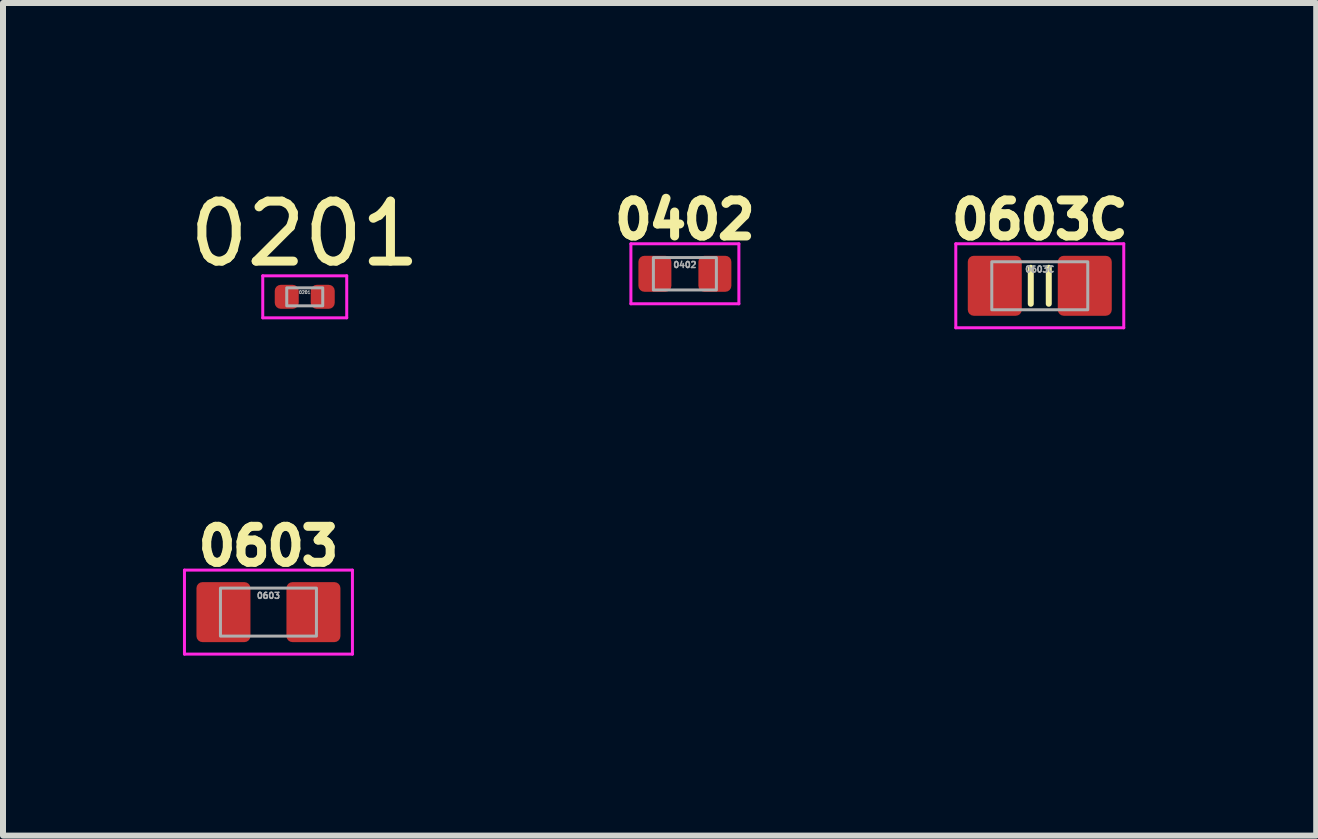
<source format=kicad_pcb>
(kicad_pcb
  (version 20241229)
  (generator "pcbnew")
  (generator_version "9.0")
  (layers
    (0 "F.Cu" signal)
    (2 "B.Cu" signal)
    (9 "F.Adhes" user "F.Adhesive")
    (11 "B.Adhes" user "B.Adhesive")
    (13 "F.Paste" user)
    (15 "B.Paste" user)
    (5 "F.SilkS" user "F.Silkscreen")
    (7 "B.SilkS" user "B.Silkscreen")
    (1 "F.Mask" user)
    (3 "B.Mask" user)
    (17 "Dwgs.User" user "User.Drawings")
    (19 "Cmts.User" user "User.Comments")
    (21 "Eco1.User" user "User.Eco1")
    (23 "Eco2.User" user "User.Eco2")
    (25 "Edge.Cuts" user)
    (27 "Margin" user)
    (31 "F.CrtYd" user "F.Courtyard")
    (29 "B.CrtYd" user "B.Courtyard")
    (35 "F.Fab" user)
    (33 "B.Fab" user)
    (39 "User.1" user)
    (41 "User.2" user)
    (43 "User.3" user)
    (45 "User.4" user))
  (footprint "0201"
    (layer "F.Cu")
    (at 2.03 1.898)
    (property "Reference" "0201" (at 0 -1.05 0) (layer "F.SilkS") (effects (font (size 1 1) (thickness 0.15))))
    (attr smd)
    (fp_line (start -0.7 -0.35) (end 0.7 -0.35) (stroke (width 0.05) (type solid)) (layer "F.CrtYd"))
    (fp_line (start -0.7 0.35) (end -0.7 -0.35) (stroke (width 0.05) (type solid)) (layer "F.CrtYd"))
    (fp_line (start 0.7 -0.35) (end 0.7 0.35) (stroke (width 0.05) (type solid)) (layer "F.CrtYd"))
    (fp_line (start 0.7 0.35) (end -0.7 0.35) (stroke (width 0.05) (type solid)) (layer "F.CrtYd"))
    (fp_rect (start 0.3 -0.15) (end -0.3 0.15) (stroke (width 0.05) (type solid)) (fill no) (layer "F.Fab"))
    (fp_text user "${REFERENCE}" (at 0 -0.075 0) (layer "F.Fab") (effects (font (size 0.05 0.05) (thickness 0.013))))
    (pad "" smd roundrect (at -0.35 0) (size 0.3 0.4) (layers "F.Paste") (roundrect_rratio 0.312))
    (pad "" smd roundrect (at 0.35 0) (size 0.3 0.4) (layers "F.Paste") (roundrect_rratio 0.312))
    (pad "1" smd roundrect (at -0.3 0) (size 0.4 0.4) (layers "F.Cu" "F.Mask") (roundrect_rratio 0.25))
    (pad "2" smd roundrect (at 0.3 0) (size 0.4 0.4) (layers "F.Cu" "F.Mask") (roundrect_rratio 0.25)))
  (footprint "0603"
    (layer "F.Cu")
    (at 1.425 7.154)
    (property "Reference" "0603" (at 0 -1.1 0) (layer "F.SilkS") (effects (font (size 0.6 0.6) (thickness 0.15))))
    (attr smd)
    (fp_line (start -1.4 -0.7) (end 1.4 -0.7) (stroke (width 0.05) (type solid)) (layer "F.CrtYd"))
    (fp_line (start -1.4 0.7) (end -1.4 -0.7) (stroke (width 0.05) (type solid)) (layer "F.CrtYd"))
    (fp_line (start 1.4 -0.7) (end 1.4 0.7) (stroke (width 0.05) (type solid)) (layer "F.CrtYd"))
    (fp_line (start 1.4 0.7) (end -1.4 0.7) (stroke (width 0.05) (type solid)) (layer "F.CrtYd"))
    (fp_rect (start 0.8 -0.4) (end -0.8 0.4) (stroke (width 0.05) (type solid)) (fill no) (layer "F.Fab"))
    (fp_text user "${REFERENCE}" (at 0 -0.275 0) (layer "F.Fab") (effects (font (size 0.1 0.1) (thickness 0.025))))
    (pad "1" smd roundrect (at -0.75 0) (size 0.9 1) (layers "F.Cu" "F.Mask" "F.Paste") (roundrect_rratio 0.111))
    (pad "2" smd roundrect (at 0.75 0) (size 0.9 1) (layers "F.Cu" "F.Mask" "F.Paste") (roundrect_rratio 0.111)))
  (footprint "0402"
    (layer "F.Cu")
    (at 8.367 1.514)
    (property "Reference" "0402" (at 0 -0.9 0) (layer "F.SilkS") (effects (font (size 0.6 0.6) (thickness 0.15))))
    (attr smd)
    (fp_line (start -0.9 -0.5) (end 0.9 -0.5) (stroke (width 0.05) (type solid)) (layer "F.CrtYd"))
    (fp_line (start -0.9 0.5) (end -0.9 -0.5) (stroke (width 0.05) (type solid)) (layer "F.CrtYd"))
    (fp_line (start 0.9 -0.5) (end 0.9 0.5) (stroke (width 0.05) (type solid)) (layer "F.CrtYd"))
    (fp_line (start 0.9 0.5) (end -0.9 0.5) (stroke (width 0.05) (type solid)) (layer "F.CrtYd"))
    (fp_rect (start 0.525 -0.27) (end -0.525 0.27) (stroke (width 0.05) (type solid)) (fill no) (layer "F.Fab"))
    (fp_text user "${REFERENCE}" (at 0 -0.15 0) (layer "F.Fab") (effects (font (size 0.1 0.1) (thickness 0.025))))
    (pad "1" smd roundrect (at -0.5 0) (size 0.55 0.6) (layers "F.Cu" "F.Mask" "F.Paste") (roundrect_rratio 0.182))
    (pad "2" smd roundrect (at 0.5 0) (size 0.55 0.6) (layers "F.Cu" "F.Mask" "F.Paste") (roundrect_rratio 0.182)))
  (footprint "0603C"
    (layer "F.Cu")
    (at 14.283 1.714)
    (property "Reference" "0603C" (at 0 -1.1 0) (layer "F.SilkS") (effects (font (size 0.6 0.6) (thickness 0.15))))
    (attr smd)
    (fp_line (start -0.15 -0.3) (end -0.15 0.3) (stroke (width 0.1) (type solid)) (layer "F.SilkS"))
    (fp_line (start 0.15 -0.3) (end 0.15 0.3) (stroke (width 0.1) (type solid)) (layer "F.SilkS"))
    (fp_line (start -1.4 -0.7) (end 1.4 -0.7) (stroke (width 0.05) (type solid)) (layer "F.CrtYd"))
    (fp_line (start -1.4 0.7) (end -1.4 -0.7) (stroke (width 0.05) (type solid)) (layer "F.CrtYd"))
    (fp_line (start 1.4 -0.7) (end 1.4 0.7) (stroke (width 0.05) (type solid)) (layer "F.CrtYd"))
    (fp_line (start 1.4 0.7) (end -1.4 0.7) (stroke (width 0.05) (type solid)) (layer "F.CrtYd"))
    (fp_rect (start 0.8 -0.4) (end -0.8 0.4) (stroke (width 0.05) (type solid)) (fill no) (layer "F.Fab"))
    (fp_text user "${REFERENCE}" (at 0 -0.275 0) (layer "F.Fab") (effects (font (size 0.1 0.1) (thickness 0.025))))
    (pad "1" smd roundrect (at -0.75 0) (size 0.9 1) (layers "F.Cu" "F.Mask" "F.Paste") (roundrect_rratio 0.111))
    (pad "2" smd roundrect (at 0.75 0) (size 0.9 1) (layers "F.Cu" "F.Mask" "F.Paste") (roundrect_rratio 0.111)))
  (gr_rect
    (start -3 -3)
    (end 18.891 10.879)
    (stroke (width 0.1) (type default))
    (fill no)
    (layer "Edge.Cuts")))
</source>
